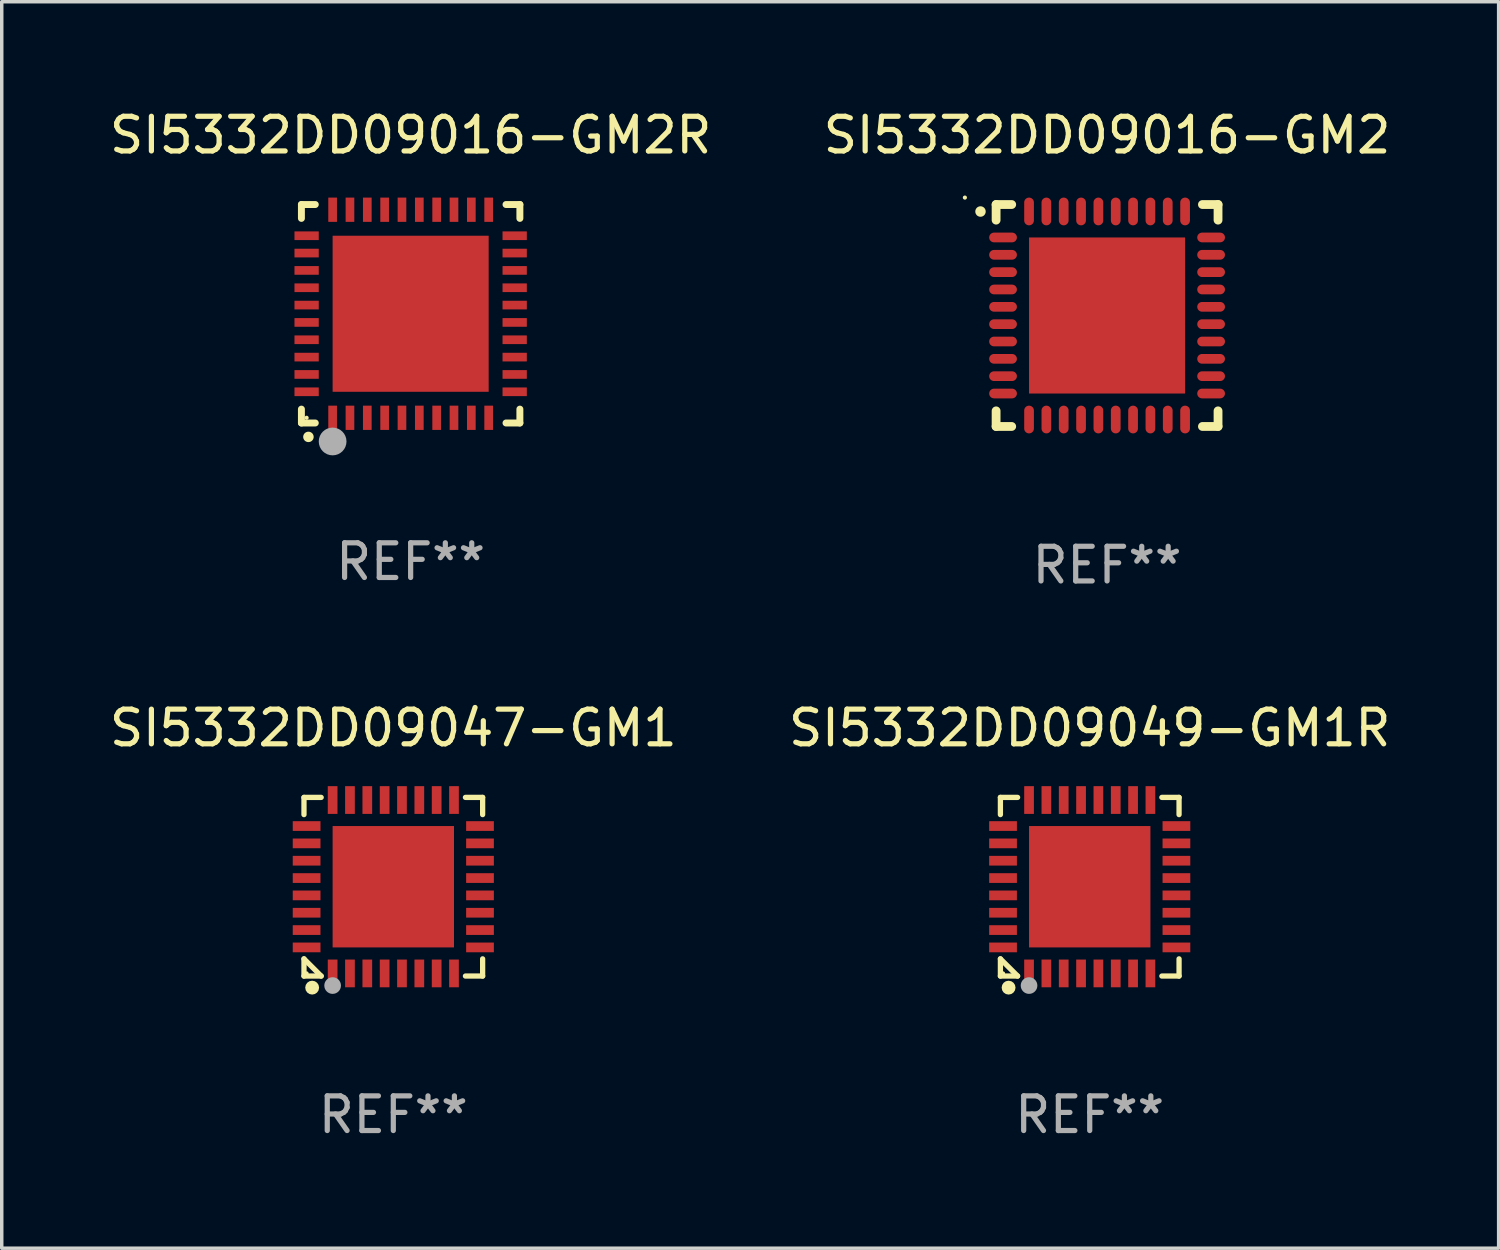
<source format=kicad_pcb>
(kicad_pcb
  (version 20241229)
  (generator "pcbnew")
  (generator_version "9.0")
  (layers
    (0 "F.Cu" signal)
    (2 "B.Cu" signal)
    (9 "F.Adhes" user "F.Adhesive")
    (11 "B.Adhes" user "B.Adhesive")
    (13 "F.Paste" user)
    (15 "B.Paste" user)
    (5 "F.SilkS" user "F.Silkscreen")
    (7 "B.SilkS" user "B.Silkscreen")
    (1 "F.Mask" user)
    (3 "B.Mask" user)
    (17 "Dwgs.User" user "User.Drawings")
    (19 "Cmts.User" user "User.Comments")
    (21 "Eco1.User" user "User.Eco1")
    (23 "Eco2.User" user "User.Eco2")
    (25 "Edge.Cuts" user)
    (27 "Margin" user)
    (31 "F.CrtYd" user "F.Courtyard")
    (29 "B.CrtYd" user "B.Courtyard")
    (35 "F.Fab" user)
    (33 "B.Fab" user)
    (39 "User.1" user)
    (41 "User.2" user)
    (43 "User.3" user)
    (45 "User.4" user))
  (footprint "SI5332DD09016-GM2"
    (layer "F.Cu")
    (at 28.875 6.048)
    (property "Reference" "SI5332DD09016-GM2" (at 0 -5.2 0) (layer "F.SilkS") (effects (font (size 1 1) (thickness 0.15))))
    (attr through_hole)
    (fp_line (start -3.2 -3.2) (end -2.75 -3.2) (stroke (width 0.254) (type solid)) (layer "F.SilkS"))
    (fp_line (start -3.2 -2.75) (end -3.2 -3.2) (stroke (width 0.254) (type solid)) (layer "F.SilkS"))
    (fp_line (start -3.2 3.2) (end -3.2 2.75) (stroke (width 0.254) (type solid)) (layer "F.SilkS"))
    (fp_line (start -2.75 3.2) (end -3.2 3.2) (stroke (width 0.254) (type solid)) (layer "F.SilkS"))
    (fp_line (start 2.75 3.2) (end 3.2 3.2) (stroke (width 0.254) (type solid)) (layer "F.SilkS"))
    (fp_line (start 3.2 -3.2) (end 2.75 -3.2) (stroke (width 0.254) (type solid)) (layer "F.SilkS"))
    (fp_line (start 3.2 -2.75) (end 3.2 -3.2) (stroke (width 0.254) (type solid)) (layer "F.SilkS"))
    (fp_line (start 3.2 3.2) (end 3.2 2.75) (stroke (width 0.254) (type solid)) (layer "F.SilkS"))
    (fp_arc (start -3.649987 -2.997206) (mid -3.649992 -2.998476) (end -3.649987 -2.999746) (stroke (width 0.3) (type solid)) (layer "F.SilkS"))
    (fp_circle (center -4.1 -3.4) (end -4.07 -3.4) (stroke (width 0.06) (type solid)) (fill no) (layer "F.SilkS"))
    (fp_text user "REF**" (at 0 7.2 0) (layer "F.Fab") (effects (font (size 1 1) (thickness 0.15))))
    (pad "1" smd oval (at -3 -2.25 90) (size 0.28 0.8) (layers "F.Cu" "F.Mask" "F.Paste"))
    (pad "2" smd oval (at -3 -1.75 90) (size 0.28 0.8) (layers "F.Cu" "F.Mask" "F.Paste"))
    (pad "3" smd oval (at -3 -1.25 90) (size 0.28 0.8) (layers "F.Cu" "F.Mask" "F.Paste"))
    (pad "4" smd oval (at -3 -0.75 90) (size 0.28 0.8) (layers "F.Cu" "F.Mask" "F.Paste"))
    (pad "5" smd oval (at -3 -0.25 90) (size 0.28 0.8) (layers "F.Cu" "F.Mask" "F.Paste"))
    (pad "6" smd oval (at -3 0.25 90) (size 0.28 0.8) (layers "F.Cu" "F.Mask" "F.Paste"))
    (pad "7" smd oval (at -3 0.75 90) (size 0.28 0.8) (layers "F.Cu" "F.Mask" "F.Paste"))
    (pad "8" smd oval (at -3 1.25 90) (size 0.28 0.8) (layers "F.Cu" "F.Mask" "F.Paste"))
    (pad "9" smd oval (at -3 1.75 90) (size 0.28 0.8) (layers "F.Cu" "F.Mask" "F.Paste"))
    (pad "10" smd oval (at -3 2.25 90) (size 0.28 0.8) (layers "F.Cu" "F.Mask" "F.Paste"))
    (pad "11" smd oval (at -2.25 3) (size 0.28 0.8) (layers "F.Cu" "F.Mask" "F.Paste"))
    (pad "12" smd oval (at -1.75 3) (size 0.28 0.8) (layers "F.Cu" "F.Mask" "F.Paste"))
    (pad "13" smd oval (at -1.25 3) (size 0.28 0.8) (layers "F.Cu" "F.Mask" "F.Paste"))
    (pad "14" smd oval (at -0.75 3) (size 0.28 0.8) (layers "F.Cu" "F.Mask" "F.Paste"))
    (pad "15" smd oval (at -0.25 3) (size 0.28 0.8) (layers "F.Cu" "F.Mask" "F.Paste"))
    (pad "16" smd oval (at 0.25 3) (size 0.28 0.8) (layers "F.Cu" "F.Mask" "F.Paste"))
    (pad "17" smd oval (at 0.75 3) (size 0.28 0.8) (layers "F.Cu" "F.Mask" "F.Paste"))
    (pad "18" smd oval (at 1.25 3) (size 0.28 0.8) (layers "F.Cu" "F.Mask" "F.Paste"))
    (pad "19" smd oval (at 1.75 3) (size 0.28 0.8) (layers "F.Cu" "F.Mask" "F.Paste"))
    (pad "20" smd oval (at 2.25 3) (size 0.28 0.8) (layers "F.Cu" "F.Mask" "F.Paste"))
    (pad "21" smd oval (at 3 2.25 90) (size 0.28 0.8) (layers "F.Cu" "F.Mask" "F.Paste"))
    (pad "22" smd oval (at 3 1.75 90) (size 0.28 0.8) (layers "F.Cu" "F.Mask" "F.Paste"))
    (pad "23" smd oval (at 3 1.25 90) (size 0.28 0.8) (layers "F.Cu" "F.Mask" "F.Paste"))
    (pad "24" smd oval (at 3 0.75 90) (size 0.28 0.8) (layers "F.Cu" "F.Mask" "F.Paste"))
    (pad "25" smd oval (at 3 0.25 90) (size 0.28 0.8) (layers "F.Cu" "F.Mask" "F.Paste"))
    (pad "26" smd oval (at 3 -0.25 90) (size 0.28 0.8) (layers "F.Cu" "F.Mask" "F.Paste"))
    (pad "27" smd oval (at 3 -0.75 90) (size 0.28 0.8) (layers "F.Cu" "F.Mask" "F.Paste"))
    (pad "28" smd oval (at 3 -1.25 90) (size 0.28 0.8) (layers "F.Cu" "F.Mask" "F.Paste"))
    (pad "29" smd oval (at 3 -1.75 90) (size 0.28 0.8) (layers "F.Cu" "F.Mask" "F.Paste"))
    (pad "30" smd oval (at 3 -2.25 90) (size 0.28 0.8) (layers "F.Cu" "F.Mask" "F.Paste"))
    (pad "31" smd oval (at 2.25 -3) (size 0.28 0.8) (layers "F.Cu" "F.Mask" "F.Paste"))
    (pad "32" smd oval (at 1.75 -3) (size 0.28 0.8) (layers "F.Cu" "F.Mask" "F.Paste"))
    (pad "33" smd oval (at 1.25 -3) (size 0.28 0.8) (layers "F.Cu" "F.Mask" "F.Paste"))
    (pad "34" smd oval (at 0.75 -3) (size 0.28 0.8) (layers "F.Cu" "F.Mask" "F.Paste"))
    (pad "35" smd oval (at 0.25 -3) (size 0.28 0.8) (layers "F.Cu" "F.Mask" "F.Paste"))
    (pad "36" smd oval (at -0.25 -3) (size 0.28 0.8) (layers "F.Cu" "F.Mask" "F.Paste"))
    (pad "37" smd oval (at -0.75 -3) (size 0.28 0.8) (layers "F.Cu" "F.Mask" "F.Paste"))
    (pad "38" smd oval (at -1.25 -3) (size 0.28 0.8) (layers "F.Cu" "F.Mask" "F.Paste"))
    (pad "39" smd oval (at -1.75 -3) (size 0.28 0.8) (layers "F.Cu" "F.Mask" "F.Paste"))
    (pad "40" smd oval (at -2.25 -3) (size 0.28 0.8) (layers "F.Cu" "F.Mask" "F.Paste"))
    (pad "41" smd rect (at 0 0) (size 4.5 4.5) (layers "F.Cu" "F.Mask" "F.Paste")))
  (footprint "SI5332DD09047-GM1"
    (layer "F.Cu")
    (at 8.292 22.521)
    (property "Reference" "SI5332DD09047-GM1" (at 0 -4.576 0) (layer "F.SilkS") (effects (font (size 1 1) (thickness 0.15))))
    (attr through_hole)
    (fp_line (start -2.576 -2.576) (end -2.08 -2.576) (stroke (width 0.152) (type solid)) (layer "F.SilkS"))
    (fp_line (start -2.576 -2.08) (end -2.576 -2.576) (stroke (width 0.152) (type solid)) (layer "F.SilkS"))
    (fp_line (start -2.576 2.08) (end -2.576 2.576) (stroke (width 0.152) (type solid)) (layer "F.SilkS"))
    (fp_line (start -2.576 2.08) (end -2.08 2.576) (stroke (width 0.152) (type solid)) (layer "F.SilkS"))
    (fp_line (start -2.576 2.576) (end -2.08 2.576) (stroke (width 0.152) (type solid)) (layer "F.SilkS"))
    (fp_line (start 2.576 -2.576) (end 2.08 -2.576) (stroke (width 0.152) (type solid)) (layer "F.SilkS"))
    (fp_line (start 2.576 -2.08) (end 2.576 -2.576) (stroke (width 0.152) (type solid)) (layer "F.SilkS"))
    (fp_line (start 2.576 2.08) (end 2.576 2.576) (stroke (width 0.152) (type solid)) (layer "F.SilkS"))
    (fp_line (start 2.576 2.576) (end 2.08 2.576) (stroke (width 0.152) (type solid)) (layer "F.SilkS"))
    (fp_circle (center -2.5 2.5) (end -2.47 2.5) (stroke (width 0.06) (type solid)) (fill no) (layer "F.SilkS"))
    (fp_circle (center -2.34 2.91) (end -2.24 2.91) (stroke (width 0.2) (type solid)) (fill no) (layer "F.SilkS"))
    (fp_circle (center -1.75 2.85) (end -1.63 2.85) (stroke (width 0.24) (type solid)) (fill no) (layer "F.Fab"))
    (fp_text user "REF**" (at 0 6.576 0) (layer "F.Fab") (effects (font (size 1 1) (thickness 0.15))))
    (pad "1" smd rect (at -1.75 2.5) (size 0.28 0.8) (layers "F.Cu" "F.Mask" "F.Paste"))
    (pad "2" smd rect (at -1.25 2.5) (size 0.28 0.8) (layers "F.Cu" "F.Mask" "F.Paste"))
    (pad "3" smd rect (at -0.75 2.5) (size 0.28 0.8) (layers "F.Cu" "F.Mask" "F.Paste"))
    (pad "4" smd rect (at -0.25 2.5) (size 0.28 0.8) (layers "F.Cu" "F.Mask" "F.Paste"))
    (pad "5" smd rect (at 0.25 2.5) (size 0.28 0.8) (layers "F.Cu" "F.Mask" "F.Paste"))
    (pad "6" smd rect (at 0.75 2.5) (size 0.28 0.8) (layers "F.Cu" "F.Mask" "F.Paste"))
    (pad "7" smd rect (at 1.25 2.5) (size 0.28 0.8) (layers "F.Cu" "F.Mask" "F.Paste"))
    (pad "8" smd rect (at 1.75 2.5) (size 0.28 0.8) (layers "F.Cu" "F.Mask" "F.Paste"))
    (pad "9" smd rect (at 2.5 1.75) (size 0.8 0.28) (layers "F.Cu" "F.Mask" "F.Paste"))
    (pad "10" smd rect (at 2.5 1.25) (size 0.8 0.28) (layers "F.Cu" "F.Mask" "F.Paste"))
    (pad "11" smd rect (at 2.5 0.75) (size 0.8 0.28) (layers "F.Cu" "F.Mask" "F.Paste"))
    (pad "12" smd rect (at 2.5 0.25) (size 0.8 0.28) (layers "F.Cu" "F.Mask" "F.Paste"))
    (pad "13" smd rect (at 2.5 -0.25) (size 0.8 0.28) (layers "F.Cu" "F.Mask" "F.Paste"))
    (pad "14" smd rect (at 2.5 -0.75) (size 0.8 0.28) (layers "F.Cu" "F.Mask" "F.Paste"))
    (pad "15" smd rect (at 2.5 -1.25) (size 0.8 0.28) (layers "F.Cu" "F.Mask" "F.Paste"))
    (pad "16" smd rect (at 2.5 -1.75) (size 0.8 0.28) (layers "F.Cu" "F.Mask" "F.Paste"))
    (pad "17" smd rect (at 1.75 -2.5) (size 0.28 0.8) (layers "F.Cu" "F.Mask" "F.Paste"))
    (pad "18" smd rect (at 1.25 -2.5) (size 0.28 0.8) (layers "F.Cu" "F.Mask" "F.Paste"))
    (pad "19" smd rect (at 0.75 -2.5) (size 0.28 0.8) (layers "F.Cu" "F.Mask" "F.Paste"))
    (pad "20" smd rect (at 0.25 -2.5) (size 0.28 0.8) (layers "F.Cu" "F.Mask" "F.Paste"))
    (pad "21" smd rect (at -0.25 -2.5) (size 0.28 0.8) (layers "F.Cu" "F.Mask" "F.Paste"))
    (pad "22" smd rect (at -0.75 -2.5) (size 0.28 0.8) (layers "F.Cu" "F.Mask" "F.Paste"))
    (pad "23" smd rect (at -1.25 -2.5) (size 0.28 0.8) (layers "F.Cu" "F.Mask" "F.Paste"))
    (pad "24" smd rect (at -1.75 -2.5) (size 0.28 0.8) (layers "F.Cu" "F.Mask" "F.Paste"))
    (pad "25" smd rect (at -2.5 -1.75) (size 0.8 0.28) (layers "F.Cu" "F.Mask" "F.Paste"))
    (pad "26" smd rect (at -2.5 -1.25) (size 0.8 0.28) (layers "F.Cu" "F.Mask" "F.Paste"))
    (pad "27" smd rect (at -2.5 -0.75) (size 0.8 0.28) (layers "F.Cu" "F.Mask" "F.Paste"))
    (pad "28" smd rect (at -2.5 -0.25) (size 0.8 0.28) (layers "F.Cu" "F.Mask" "F.Paste"))
    (pad "29" smd rect (at -2.5 0.25) (size 0.8 0.28) (layers "F.Cu" "F.Mask" "F.Paste"))
    (pad "30" smd rect (at -2.5 0.75) (size 0.8 0.28) (layers "F.Cu" "F.Mask" "F.Paste"))
    (pad "31" smd rect (at -2.5 1.25) (size 0.8 0.28) (layers "F.Cu" "F.Mask" "F.Paste"))
    (pad "32" smd rect (at -2.5 1.75) (size 0.8 0.28) (layers "F.Cu" "F.Mask" "F.Paste"))
    (pad "33" smd rect (at 0 0) (size 3.5 3.5) (layers "F.Cu" "F.Mask" "F.Paste")))
  (footprint "SI5332DD09049-GM1R"
    (layer "F.Cu")
    (at 28.375 22.521)
    (property "Reference" "SI5332DD09049-GM1R" (at 0 -4.576 0) (layer "F.SilkS") (effects (font (size 1 1) (thickness 0.15))))
    (attr through_hole)
    (fp_line (start -2.576 -2.576) (end -2.08 -2.576) (stroke (width 0.152) (type solid)) (layer "F.SilkS"))
    (fp_line (start -2.576 -2.08) (end -2.576 -2.576) (stroke (width 0.152) (type solid)) (layer "F.SilkS"))
    (fp_line (start -2.576 2.08) (end -2.576 2.576) (stroke (width 0.152) (type solid)) (layer "F.SilkS"))
    (fp_line (start -2.576 2.08) (end -2.08 2.576) (stroke (width 0.152) (type solid)) (layer "F.SilkS"))
    (fp_line (start -2.576 2.576) (end -2.08 2.576) (stroke (width 0.152) (type solid)) (layer "F.SilkS"))
    (fp_line (start 2.576 -2.576) (end 2.08 -2.576) (stroke (width 0.152) (type solid)) (layer "F.SilkS"))
    (fp_line (start 2.576 -2.08) (end 2.576 -2.576) (stroke (width 0.152) (type solid)) (layer "F.SilkS"))
    (fp_line (start 2.576 2.08) (end 2.576 2.576) (stroke (width 0.152) (type solid)) (layer "F.SilkS"))
    (fp_line (start 2.576 2.576) (end 2.08 2.576) (stroke (width 0.152) (type solid)) (layer "F.SilkS"))
    (fp_circle (center -2.5 2.5) (end -2.47 2.5) (stroke (width 0.06) (type solid)) (fill no) (layer "F.SilkS"))
    (fp_circle (center -2.34 2.91) (end -2.24 2.91) (stroke (width 0.2) (type solid)) (fill no) (layer "F.SilkS"))
    (fp_circle (center -1.75 2.85) (end -1.63 2.85) (stroke (width 0.24) (type solid)) (fill no) (layer "F.Fab"))
    (fp_text user "REF**" (at 0 6.576 0) (layer "F.Fab") (effects (font (size 1 1) (thickness 0.15))))
    (pad "1" smd rect (at -1.75 2.5) (size 0.28 0.8) (layers "F.Cu" "F.Mask" "F.Paste"))
    (pad "2" smd rect (at -1.25 2.5) (size 0.28 0.8) (layers "F.Cu" "F.Mask" "F.Paste"))
    (pad "3" smd rect (at -0.75 2.5) (size 0.28 0.8) (layers "F.Cu" "F.Mask" "F.Paste"))
    (pad "4" smd rect (at -0.25 2.5) (size 0.28 0.8) (layers "F.Cu" "F.Mask" "F.Paste"))
    (pad "5" smd rect (at 0.25 2.5) (size 0.28 0.8) (layers "F.Cu" "F.Mask" "F.Paste"))
    (pad "6" smd rect (at 0.75 2.5) (size 0.28 0.8) (layers "F.Cu" "F.Mask" "F.Paste"))
    (pad "7" smd rect (at 1.25 2.5) (size 0.28 0.8) (layers "F.Cu" "F.Mask" "F.Paste"))
    (pad "8" smd rect (at 1.75 2.5) (size 0.28 0.8) (layers "F.Cu" "F.Mask" "F.Paste"))
    (pad "9" smd rect (at 2.5 1.75) (size 0.8 0.28) (layers "F.Cu" "F.Mask" "F.Paste"))
    (pad "10" smd rect (at 2.5 1.25) (size 0.8 0.28) (layers "F.Cu" "F.Mask" "F.Paste"))
    (pad "11" smd rect (at 2.5 0.75) (size 0.8 0.28) (layers "F.Cu" "F.Mask" "F.Paste"))
    (pad "12" smd rect (at 2.5 0.25) (size 0.8 0.28) (layers "F.Cu" "F.Mask" "F.Paste"))
    (pad "13" smd rect (at 2.5 -0.25) (size 0.8 0.28) (layers "F.Cu" "F.Mask" "F.Paste"))
    (pad "14" smd rect (at 2.5 -0.75) (size 0.8 0.28) (layers "F.Cu" "F.Mask" "F.Paste"))
    (pad "15" smd rect (at 2.5 -1.25) (size 0.8 0.28) (layers "F.Cu" "F.Mask" "F.Paste"))
    (pad "16" smd rect (at 2.5 -1.75) (size 0.8 0.28) (layers "F.Cu" "F.Mask" "F.Paste"))
    (pad "17" smd rect (at 1.75 -2.5) (size 0.28 0.8) (layers "F.Cu" "F.Mask" "F.Paste"))
    (pad "18" smd rect (at 1.25 -2.5) (size 0.28 0.8) (layers "F.Cu" "F.Mask" "F.Paste"))
    (pad "19" smd rect (at 0.75 -2.5) (size 0.28 0.8) (layers "F.Cu" "F.Mask" "F.Paste"))
    (pad "20" smd rect (at 0.25 -2.5) (size 0.28 0.8) (layers "F.Cu" "F.Mask" "F.Paste"))
    (pad "21" smd rect (at -0.25 -2.5) (size 0.28 0.8) (layers "F.Cu" "F.Mask" "F.Paste"))
    (pad "22" smd rect (at -0.75 -2.5) (size 0.28 0.8) (layers "F.Cu" "F.Mask" "F.Paste"))
    (pad "23" smd rect (at -1.25 -2.5) (size 0.28 0.8) (layers "F.Cu" "F.Mask" "F.Paste"))
    (pad "24" smd rect (at -1.75 -2.5) (size 0.28 0.8) (layers "F.Cu" "F.Mask" "F.Paste"))
    (pad "25" smd rect (at -2.5 -1.75) (size 0.8 0.28) (layers "F.Cu" "F.Mask" "F.Paste"))
    (pad "26" smd rect (at -2.5 -1.25) (size 0.8 0.28) (layers "F.Cu" "F.Mask" "F.Paste"))
    (pad "27" smd rect (at -2.5 -0.75) (size 0.8 0.28) (layers "F.Cu" "F.Mask" "F.Paste"))
    (pad "28" smd rect (at -2.5 -0.25) (size 0.8 0.28) (layers "F.Cu" "F.Mask" "F.Paste"))
    (pad "29" smd rect (at -2.5 0.25) (size 0.8 0.28) (layers "F.Cu" "F.Mask" "F.Paste"))
    (pad "30" smd rect (at -2.5 0.75) (size 0.8 0.28) (layers "F.Cu" "F.Mask" "F.Paste"))
    (pad "31" smd rect (at -2.5 1.25) (size 0.8 0.28) (layers "F.Cu" "F.Mask" "F.Paste"))
    (pad "32" smd rect (at -2.5 1.75) (size 0.8 0.28) (layers "F.Cu" "F.Mask" "F.Paste"))
    (pad "33" smd rect (at 0 0) (size 3.5 3.5) (layers "F.Cu" "F.Mask" "F.Paste")))
  (footprint "SI5332DD09016-GM2R"
    (layer "F.Cu")
    (at 8.792 5.998)
    (property "Reference" "SI5332DD09016-GM2R" (at 0 -5.15 0) (layer "F.SilkS") (effects (font (size 1 1) (thickness 0.15))))
    (attr through_hole)
    (fp_line (start -3.15 -3.15) (end -2.75 -3.15) (stroke (width 0.2) (type solid)) (layer "F.SilkS"))
    (fp_line (start -3.15 -2.75) (end -3.15 -3.15) (stroke (width 0.2) (type solid)) (layer "F.SilkS"))
    (fp_line (start -3.15 3.15) (end -3.15 2.75) (stroke (width 0.2) (type solid)) (layer "F.SilkS"))
    (fp_line (start -2.75 3.15) (end -3.15 3.15) (stroke (width 0.2) (type solid)) (layer "F.SilkS"))
    (fp_line (start 3.15 -3.15) (end 2.75 -3.15) (stroke (width 0.2) (type solid)) (layer "F.SilkS"))
    (fp_line (start 3.15 -2.75) (end 3.15 -3.15) (stroke (width 0.2) (type solid)) (layer "F.SilkS"))
    (fp_line (start 3.15 2.75) (end 3.15 3.15) (stroke (width 0.2) (type solid)) (layer "F.SilkS"))
    (fp_line (start 3.15 3.15) (end 2.75 3.15) (stroke (width 0.2) (type solid)) (layer "F.SilkS"))
    (fp_arc (start -2.94892 3.550927) (mid -2.94765 3.550922) (end -2.94638 3.550927) (stroke (width 0.3) (type solid)) (layer "F.SilkS"))
    (fp_circle (center -3 3) (end -2.97 3) (stroke (width 0.06) (type solid)) (fill no) (layer "F.SilkS"))
    (fp_circle (center -2.25 3.683) (end -2.05 3.683) (stroke (width 0.4) (type solid)) (fill no) (layer "F.Fab"))
    (fp_text user "REF**" (at 0 7.15 0) (layer "F.Fab") (effects (font (size 1 1) (thickness 0.15))))
    (pad "1" smd rect (at -2.25 3 180) (size 0.25 0.7) (layers "F.Cu" "F.Mask" "F.Paste"))
    (pad "2" smd rect (at -1.75 3 180) (size 0.25 0.7) (layers "F.Cu" "F.Mask" "F.Paste"))
    (pad "3" smd rect (at -1.25 3 180) (size 0.25 0.7) (layers "F.Cu" "F.Mask" "F.Paste"))
    (pad "4" smd rect (at -0.75 3 180) (size 0.25 0.7) (layers "F.Cu" "F.Mask" "F.Paste"))
    (pad "5" smd rect (at -0.25 3 180) (size 0.25 0.7) (layers "F.Cu" "F.Mask" "F.Paste"))
    (pad "6" smd rect (at 0.25 3 180) (size 0.25 0.7) (layers "F.Cu" "F.Mask" "F.Paste"))
    (pad "7" smd rect (at 0.75 3 180) (size 0.25 0.7) (layers "F.Cu" "F.Mask" "F.Paste"))
    (pad "8" smd rect (at 1.25 3 180) (size 0.25 0.7) (layers "F.Cu" "F.Mask" "F.Paste"))
    (pad "9" smd rect (at 1.75 3 180) (size 0.25 0.7) (layers "F.Cu" "F.Mask" "F.Paste"))
    (pad "10" smd rect (at 2.25 3 180) (size 0.25 0.7) (layers "F.Cu" "F.Mask" "F.Paste"))
    (pad "11" smd rect (at 3 2.25 90) (size 0.25 0.7) (layers "F.Cu" "F.Mask" "F.Paste"))
    (pad "12" smd rect (at 3 1.75 90) (size 0.25 0.7) (layers "F.Cu" "F.Mask" "F.Paste"))
    (pad "13" smd rect (at 3 1.25 90) (size 0.25 0.7) (layers "F.Cu" "F.Mask" "F.Paste"))
    (pad "14" smd rect (at 3 0.75 90) (size 0.25 0.7) (layers "F.Cu" "F.Mask" "F.Paste"))
    (pad "15" smd rect (at 3 0.25 90) (size 0.25 0.7) (layers "F.Cu" "F.Mask" "F.Paste"))
    (pad "16" smd rect (at 3 -0.25 90) (size 0.25 0.7) (layers "F.Cu" "F.Mask" "F.Paste"))
    (pad "17" smd rect (at 3 -0.75 90) (size 0.25 0.7) (layers "F.Cu" "F.Mask" "F.Paste"))
    (pad "18" smd rect (at 3 -1.25 90) (size 0.25 0.7) (layers "F.Cu" "F.Mask" "F.Paste"))
    (pad "19" smd rect (at 3 -1.75 90) (size 0.25 0.7) (layers "F.Cu" "F.Mask" "F.Paste"))
    (pad "20" smd rect (at 3 -2.25 90) (size 0.25 0.7) (layers "F.Cu" "F.Mask" "F.Paste"))
    (pad "21" smd rect (at 2.25 -3 180) (size 0.25 0.7) (layers "F.Cu" "F.Mask" "F.Paste"))
    (pad "22" smd rect (at 1.75 -3 180) (size 0.25 0.7) (layers "F.Cu" "F.Mask" "F.Paste"))
    (pad "23" smd rect (at 1.25 -3 180) (size 0.25 0.7) (layers "F.Cu" "F.Mask" "F.Paste"))
    (pad "24" smd rect (at 0.75 -3 180) (size 0.25 0.7) (layers "F.Cu" "F.Mask" "F.Paste"))
    (pad "25" smd rect (at 0.25 -3 180) (size 0.25 0.7) (layers "F.Cu" "F.Mask" "F.Paste"))
    (pad "26" smd rect (at -0.25 -3 180) (size 0.25 0.7) (layers "F.Cu" "F.Mask" "F.Paste"))
    (pad "27" smd rect (at -0.75 -3 180) (size 0.25 0.7) (layers "F.Cu" "F.Mask" "F.Paste"))
    (pad "28" smd rect (at -1.25 -3 180) (size 0.25 0.7) (layers "F.Cu" "F.Mask" "F.Paste"))
    (pad "29" smd rect (at -1.75 -3 180) (size 0.25 0.7) (layers "F.Cu" "F.Mask" "F.Paste"))
    (pad "30" smd rect (at -2.25 -3 180) (size 0.25 0.7) (layers "F.Cu" "F.Mask" "F.Paste"))
    (pad "31" smd rect (at -3 -2.25 90) (size 0.25 0.7) (layers "F.Cu" "F.Mask" "F.Paste"))
    (pad "32" smd rect (at -3 -1.75 90) (size 0.25 0.7) (layers "F.Cu" "F.Mask" "F.Paste"))
    (pad "33" smd rect (at -3 -1.25 90) (size 0.25 0.7) (layers "F.Cu" "F.Mask" "F.Paste"))
    (pad "34" smd rect (at -3 -0.75 90) (size 0.25 0.7) (layers "F.Cu" "F.Mask" "F.Paste"))
    (pad "35" smd rect (at -3 -0.25 90) (size 0.25 0.7) (layers "F.Cu" "F.Mask" "F.Paste"))
    (pad "36" smd rect (at -3 0.25 90) (size 0.25 0.7) (layers "F.Cu" "F.Mask" "F.Paste"))
    (pad "37" smd rect (at -3 0.75 90) (size 0.25 0.7) (layers "F.Cu" "F.Mask" "F.Paste"))
    (pad "38" smd rect (at -3 1.25 90) (size 0.25 0.7) (layers "F.Cu" "F.Mask" "F.Paste"))
    (pad "39" smd rect (at -3 1.75 90) (size 0.25 0.7) (layers "F.Cu" "F.Mask" "F.Paste"))
    (pad "40" smd rect (at -3 2.25 90) (size 0.25 0.7) (layers "F.Cu" "F.Mask" "F.Paste"))
    (pad "41" smd rect (at 0.000102 0.000076 90) (size 4.5 4.5) (layers "F.Cu" "F.Mask" "F.Paste")))
  (gr_rect
    (start -3 -3)
    (end 40.167 32.945)
    (stroke (width 0.1) (type default))
    (fill no)
    (layer "Edge.Cuts")))
</source>
